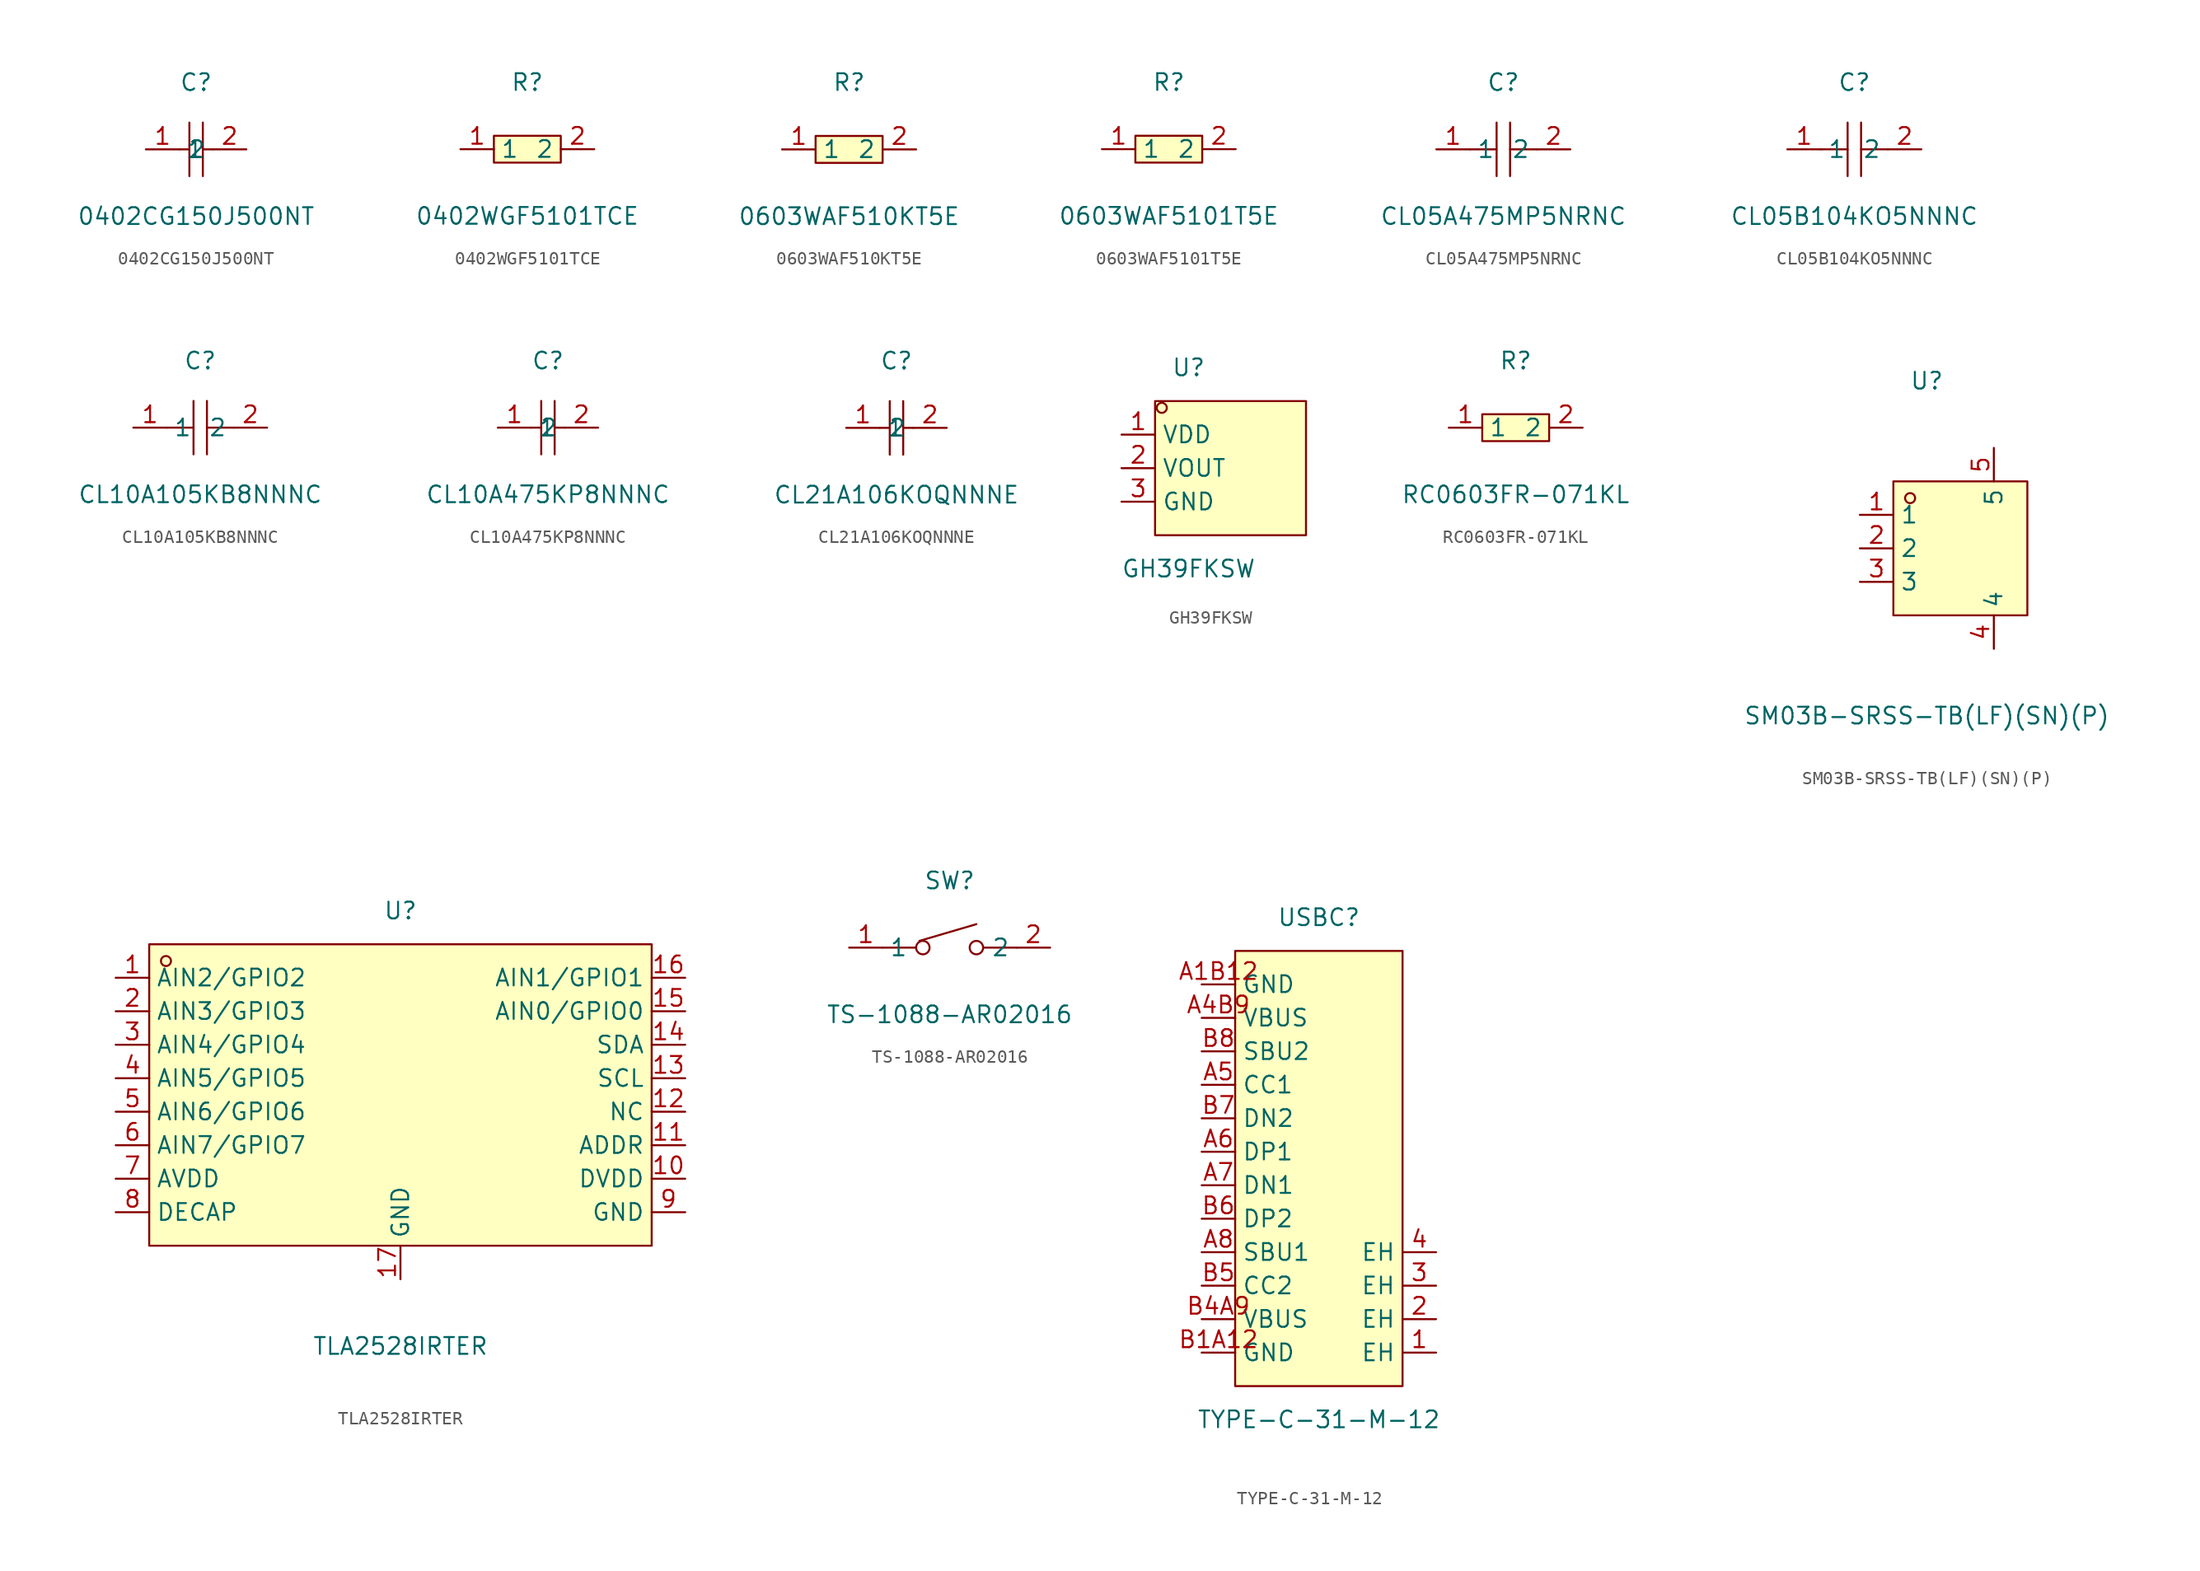
<source format=kicad_sym>
(kicad_symbol_lib
  (version 20241209)
  (generator "kicad_symbol_editor")
  (generator_version "9.0")
  (symbol "0402CG150J500NT"
    (property "Reference" "C"
      (at 0 5.08 0)
      (effects (font (size 1.27 1.27))))
    (property "Value" "0402CG150J500NT"
      (at 0 -5.08 0)
      (effects (font (size 1.27 1.27))))
    (symbol "0402CG150J500NT_0_1"
      (polyline (pts (xy -1.27 0) (xy -0.51 0)) (stroke (width 0) (type default)) (fill (type none)))
      (polyline (pts (xy -0.51 2.03) (xy -0.51 -2.03)) (stroke (width 0) (type default)) (fill (type none)))
      (polyline (pts (xy 0.51 2.03) (xy 0.51 -2.03)) (stroke (width 0) (type default)) (fill (type none)))
      (polyline (pts (xy 0.51 0) (xy 1.27 0)) (stroke (width 0) (type default)) (fill (type none)))
      (pin input line (at -3.81 0 0) (length 2.54) (name "1" (effects (font (size 1.27 1.27)))) (number "1" (effects (font (size 1.27 1.27)))))
      (pin input line (at 3.81 0 180) (length 2.54) (name "2" (effects (font (size 1.27 1.27)))) (number "2" (effects (font (size 1.27 1.27)))))))
  (symbol "0402WGF5101TCE"
    (property "Reference" "R"
      (at 0 5.08 0)
      (effects (font (size 1.27 1.27))))
    (property "Value" "0402WGF5101TCE"
      (at 0 -5.08 0)
      (effects (font (size 1.27 1.27))))
    (symbol "0402WGF5101TCE_0_1"
      (rectangle (start -2.54 1.02) (end 2.54 -1.02) (stroke (width 0) (type default)) (fill (type background)))
      (pin input line (at -5.08 0 0) (length 2.54) (name "1" (effects (font (size 1.27 1.27)))) (number "1" (effects (font (size 1.27 1.27)))))
      (pin input line (at 5.08 0 180) (length 2.54) (name "2" (effects (font (size 1.27 1.27)))) (number "2" (effects (font (size 1.27 1.27)))))))
  (symbol "0603WAF510KT5E"
    (property "Reference" "R"
      (at 0 5.08 0)
      (effects (font (size 1.27 1.27))))
    (property "Value" "0603WAF510KT5E"
      (at 0 -5.08 0)
      (effects (font (size 1.27 1.27))))
    (symbol "0603WAF510KT5E_0_1"
      (rectangle (start -2.54 1.02) (end 2.54 -1.02) (stroke (width 0) (type default)) (fill (type background)))
      (pin input line (at -5.08 0 0) (length 2.54) (name "1" (effects (font (size 1.27 1.27)))) (number "1" (effects (font (size 1.27 1.27)))))
      (pin input line (at 5.08 0 180) (length 2.54) (name "2" (effects (font (size 1.27 1.27)))) (number "2" (effects (font (size 1.27 1.27)))))))
  (symbol "0603WAF5101T5E"
    (property "Reference" "R"
      (at 0 5.08 0)
      (effects (font (size 1.27 1.27))))
    (property "Value" "0603WAF5101T5E"
      (at 0 -5.08 0)
      (effects (font (size 1.27 1.27))))
    (symbol "0603WAF5101T5E_0_1"
      (rectangle (start -2.54 1.02) (end 2.54 -1.02) (stroke (width 0) (type default)) (fill (type background)))
      (pin input line (at -5.08 0 0) (length 2.54) (name "1" (effects (font (size 1.27 1.27)))) (number "1" (effects (font (size 1.27 1.27)))))
      (pin input line (at 5.08 0 180) (length 2.54) (name "2" (effects (font (size 1.27 1.27)))) (number "2" (effects (font (size 1.27 1.27)))))))
  (symbol "CL05A475MP5NRNC"
    (property "Reference" "C"
      (at 0 5.08 0)
      (effects (font (size 1.27 1.27))))
    (property "Value" "CL05A475MP5NRNC"
      (at 0 -5.08 0)
      (effects (font (size 1.27 1.27))))
    (symbol "CL05A475MP5NRNC_0_1"
      (polyline (pts (xy -0.51 0) (xy -2.54 0)) (stroke (width 0) (type default)) (fill (type none)))
      (polyline (pts (xy -0.51 -2.03) (xy -0.51 2.03)) (stroke (width 0) (type default)) (fill (type none)))
      (polyline (pts (xy 0.51 2.03) (xy 0.51 -2.03)) (stroke (width 0) (type default)) (fill (type none)))
      (polyline (pts (xy 2.54 0) (xy 0.51 0)) (stroke (width 0) (type default)) (fill (type none)))
      (pin unspecified line (at -5.08 0 0) (length 2.54) (name "1" (effects (font (size 1.27 1.27)))) (number "1" (effects (font (size 1.27 1.27)))))
      (pin unspecified line (at 5.08 0 180) (length 2.54) (name "2" (effects (font (size 1.27 1.27)))) (number "2" (effects (font (size 1.27 1.27)))))))
  (symbol "CL05B104KO5NNNC"
    (property "Reference" "C"
      (at 0 5.08 0)
      (effects (font (size 1.27 1.27))))
    (property "Value" "CL05B104KO5NNNC"
      (at 0 -5.08 0)
      (effects (font (size 1.27 1.27))))
    (symbol "CL05B104KO5NNNC_0_1"
      (polyline (pts (xy -0.51 0) (xy -2.54 0)) (stroke (width 0) (type default)) (fill (type none)))
      (polyline (pts (xy -0.51 -2.03) (xy -0.51 2.03)) (stroke (width 0) (type default)) (fill (type none)))
      (polyline (pts (xy 0.51 2.03) (xy 0.51 -2.03)) (stroke (width 0) (type default)) (fill (type none)))
      (polyline (pts (xy 2.54 0) (xy 0.51 0)) (stroke (width 0) (type default)) (fill (type none)))
      (pin input line (at -5.08 0 0) (length 2.54) (name "1" (effects (font (size 1.27 1.27)))) (number "1" (effects (font (size 1.27 1.27)))))
      (pin input line (at 5.08 0 180) (length 2.54) (name "2" (effects (font (size 1.27 1.27)))) (number "2" (effects (font (size 1.27 1.27)))))))
  (symbol "CL10A105KB8NNNC"
    (property "Reference" "C"
      (at 0 5.08 0)
      (effects (font (size 1.27 1.27))))
    (property "Value" "CL10A105KB8NNNC"
      (at 0 -5.08 0)
      (effects (font (size 1.27 1.27))))
    (symbol "CL10A105KB8NNNC_0_1"
      (polyline (pts (xy -0.51 0) (xy -2.54 0)) (stroke (width 0) (type default)) (fill (type none)))
      (polyline (pts (xy -0.51 -2.03) (xy -0.51 2.03)) (stroke (width 0) (type default)) (fill (type none)))
      (polyline (pts (xy 0.51 2.03) (xy 0.51 -2.03)) (stroke (width 0) (type default)) (fill (type none)))
      (polyline (pts (xy 2.54 0) (xy 0.51 0)) (stroke (width 0) (type default)) (fill (type none)))
      (pin unspecified line (at -5.08 0 0) (length 2.54) (name "1" (effects (font (size 1.27 1.27)))) (number "1" (effects (font (size 1.27 1.27)))))
      (pin unspecified line (at 5.08 0 180) (length 2.54) (name "2" (effects (font (size 1.27 1.27)))) (number "2" (effects (font (size 1.27 1.27)))))))
  (symbol "CL10A475KP8NNNC"
    (property "Reference" "C"
      (at 0 5.08 0)
      (effects (font (size 1.27 1.27))))
    (property "Value" "CL10A475KP8NNNC"
      (at 0 -5.08 0)
      (effects (font (size 1.27 1.27))))
    (symbol "CL10A475KP8NNNC_0_1"
      (polyline (pts (xy -1.27 0) (xy -0.51 0)) (stroke (width 0) (type default)) (fill (type none)))
      (polyline (pts (xy -0.51 2.03) (xy -0.51 -2.03)) (stroke (width 0) (type default)) (fill (type none)))
      (polyline (pts (xy 0.51 2.03) (xy 0.51 -2.03)) (stroke (width 0) (type default)) (fill (type none)))
      (polyline (pts (xy 0.51 0) (xy 1.27 0)) (stroke (width 0) (type default)) (fill (type none)))
      (pin input line (at -3.81 0 0) (length 2.54) (name "1" (effects (font (size 1.27 1.27)))) (number "1" (effects (font (size 1.27 1.27)))))
      (pin input line (at 3.81 0 180) (length 2.54) (name "2" (effects (font (size 1.27 1.27)))) (number "2" (effects (font (size 1.27 1.27)))))))
  (symbol "CL21A106KOQNNNE"
    (property "Reference" "C"
      (at 0 5.08 0)
      (effects (font (size 1.27 1.27))))
    (property "Value" "CL21A106KOQNNNE"
      (at 0 -5.08 0)
      (effects (font (size 1.27 1.27))))
    (symbol "CL21A106KOQNNNE_0_1"
      (polyline (pts (xy -1.27 0) (xy -0.51 0)) (stroke (width 0) (type default)) (fill (type none)))
      (polyline (pts (xy -0.51 2.03) (xy -0.51 -2.03)) (stroke (width 0) (type default)) (fill (type none)))
      (polyline (pts (xy 0.51 2.03) (xy 0.51 -2.03)) (stroke (width 0) (type default)) (fill (type none)))
      (polyline (pts (xy 0.51 0) (xy 1.27 0)) (stroke (width 0) (type default)) (fill (type none)))
      (pin input line (at -3.81 0 0) (length 2.54) (name "1" (effects (font (size 1.27 1.27)))) (number "1" (effects (font (size 1.27 1.27)))))
      (pin input line (at 3.81 0 180) (length 2.54) (name "2" (effects (font (size 1.27 1.27)))) (number "2" (effects (font (size 1.27 1.27)))))))
  (symbol "GH39FKSW"
    (property "Reference" "U"
      (at 0 7.62 0)
      (effects (font (size 1.27 1.27))))
    (property "Value" "GH39FKSW"
      (at 0 -7.62 0)
      (effects (font (size 1.27 1.27))))
    (symbol "GH39FKSW_0_1"
      (rectangle (start -2.54 5.08) (end 8.89 -5.08) (stroke (width 0) (type default)) (fill (type background)))
      (circle (center -2.03 4.57) (radius 0.38) (stroke (width 0) (type default)) (fill (type none)))
      (pin unspecified line (at -5.08 2.54 0) (length 2.54) (name "VDD" (effects (font (size 1.27 1.27)))) (number "1" (effects (font (size 1.27 1.27)))))
      (pin unspecified line (at -5.08 0 0) (length 2.54) (name "VOUT" (effects (font (size 1.27 1.27)))) (number "2" (effects (font (size 1.27 1.27)))))
      (pin unspecified line (at -5.08 -2.54 0) (length 2.54) (name "GND" (effects (font (size 1.27 1.27)))) (number "3" (effects (font (size 1.27 1.27)))))))
  (symbol "RC0603FR-071KL"
    (property "Reference" "R"
      (at 0 5.08 0)
      (effects (font (size 1.27 1.27))))
    (property "Value" "RC0603FR-071KL"
      (at 0 -5.08 0)
      (effects (font (size 1.27 1.27))))
    (symbol "RC0603FR-071KL_0_1"
      (rectangle (start -2.54 1.02) (end 2.54 -1.02) (stroke (width 0) (type default)) (fill (type background)))
      (pin input line (at -5.08 0 0) (length 2.54) (name "1" (effects (font (size 1.27 1.27)))) (number "1" (effects (font (size 1.27 1.27)))))
      (pin input line (at 5.08 0 180) (length 2.54) (name "2" (effects (font (size 1.27 1.27)))) (number "2" (effects (font (size 1.27 1.27)))))))
  (symbol "SM03B-SRSS-TB(LF)(SN)(P)"
    (property "Reference" "U"
      (at 0 12.7 0)
      (effects (font (size 1.27 1.27))))
    (property "Value" "SM03B-SRSS-TB(LF)(SN)(P)"
      (at 0 -12.7 0)
      (effects (font (size 1.27 1.27))))
    (symbol "SM03B-SRSS-TB(LF)(SN)(P)_0_1"
      (rectangle (start -2.54 5.08) (end 7.62 -5.08) (stroke (width 0) (type default)) (fill (type background)))
      (circle (center -1.27 3.81) (radius 0.38) (stroke (width 0) (type default)) (fill (type none)))
      (pin bidirectional line (at -5.08 2.54 0) (length 2.54) (name "1" (effects (font (size 1.27 1.27)))) (number "1" (effects (font (size 1.27 1.27)))))
      (pin bidirectional line (at -5.08 0 0) (length 2.54) (name "2" (effects (font (size 1.27 1.27)))) (number "2" (effects (font (size 1.27 1.27)))))
      (pin bidirectional line (at -5.08 -2.54 0) (length 2.54) (name "3" (effects (font (size 1.27 1.27)))) (number "3" (effects (font (size 1.27 1.27)))))
      (pin unspecified line (at 5.08 7.62 270) (length 2.54) (name "5" (effects (font (size 1.27 1.27)))) (number "5" (effects (font (size 1.27 1.27)))))
      (pin unspecified line (at 5.08 -7.62 90) (length 2.54) (name "4" (effects (font (size 1.27 1.27)))) (number "4" (effects (font (size 1.27 1.27)))))))
  (symbol "TLA2528IRTER"
    (property "Reference" "U"
      (at 0 15.24 0)
      (effects (font (size 1.27 1.27))))
    (property "Value" "TLA2528IRTER"
      (at 0 -17.78 0)
      (effects (font (size 1.27 1.27))))
    (symbol "TLA2528IRTER_0_1"
      (rectangle (start -19.05 12.7) (end 19.05 -10.16) (stroke (width 0) (type default)) (fill (type background)))
      (circle (center -17.78 11.43) (radius 0.38) (stroke (width 0) (type default)) (fill (type none)))
      (pin unspecified line (at -21.59 10.16 0) (length 2.54) (name "AIN2/GPIO2" (effects (font (size 1.27 1.27)))) (number "1" (effects (font (size 1.27 1.27)))))
      (pin unspecified line (at -21.59 7.62 0) (length 2.54) (name "AIN3/GPIO3" (effects (font (size 1.27 1.27)))) (number "2" (effects (font (size 1.27 1.27)))))
      (pin unspecified line (at -21.59 5.08 0) (length 2.54) (name "AIN4/GPIO4" (effects (font (size 1.27 1.27)))) (number "3" (effects (font (size 1.27 1.27)))))
      (pin unspecified line (at -21.59 2.54 0) (length 2.54) (name "AIN5/GPIO5" (effects (font (size 1.27 1.27)))) (number "4" (effects (font (size 1.27 1.27)))))
      (pin unspecified line (at -21.59 0 0) (length 2.54) (name "AIN6/GPIO6" (effects (font (size 1.27 1.27)))) (number "5" (effects (font (size 1.27 1.27)))))
      (pin unspecified line (at -21.59 -2.54 0) (length 2.54) (name "AIN7/GPIO7" (effects (font (size 1.27 1.27)))) (number "6" (effects (font (size 1.27 1.27)))))
      (pin unspecified line (at -21.59 -5.08 0) (length 2.54) (name "AVDD" (effects (font (size 1.27 1.27)))) (number "7" (effects (font (size 1.27 1.27)))))
      (pin unspecified line (at -21.59 -7.62 0) (length 2.54) (name "DECAP" (effects (font (size 1.27 1.27)))) (number "8" (effects (font (size 1.27 1.27)))))
      (pin unspecified line (at 0 -12.7 90) (length 2.54) (name "GND" (effects (font (size 1.27 1.27)))) (number "17" (effects (font (size 1.27 1.27)))))
      (pin unspecified line (at 21.59 10.16 180) (length 2.54) (name "AIN1/GPIO1" (effects (font (size 1.27 1.27)))) (number "16" (effects (font (size 1.27 1.27)))))
      (pin unspecified line (at 21.59 7.62 180) (length 2.54) (name "AIN0/GPIO0" (effects (font (size 1.27 1.27)))) (number "15" (effects (font (size 1.27 1.27)))))
      (pin unspecified line (at 21.59 5.08 180) (length 2.54) (name "SDA" (effects (font (size 1.27 1.27)))) (number "14" (effects (font (size 1.27 1.27)))))
      (pin unspecified line (at 21.59 2.54 180) (length 2.54) (name "SCL" (effects (font (size 1.27 1.27)))) (number "13" (effects (font (size 1.27 1.27)))))
      (pin unspecified line (at 21.59 0 180) (length 2.54) (name "NC" (effects (font (size 1.27 1.27)))) (number "12" (effects (font (size 1.27 1.27)))))
      (pin unspecified line (at 21.59 -2.54 180) (length 2.54) (name "ADDR" (effects (font (size 1.27 1.27)))) (number "11" (effects (font (size 1.27 1.27)))))
      (pin unspecified line (at 21.59 -5.08 180) (length 2.54) (name "DVDD" (effects (font (size 1.27 1.27)))) (number "10" (effects (font (size 1.27 1.27)))))
      (pin unspecified line (at 21.59 -7.62 180) (length 2.54) (name "GND" (effects (font (size 1.27 1.27)))) (number "9" (effects (font (size 1.27 1.27)))))))
  (symbol "TS-1088-AR02016"
    (property "Reference" "SW"
      (at 0 5.08 0)
      (effects (font (size 1.27 1.27))))
    (property "Value" "TS-1088-AR02016"
      (at 0 -5.08 0)
      (effects (font (size 1.27 1.27))))
    (symbol "TS-1088-AR02016_0_1"
      (polyline (pts (xy -5.08 0) (xy -2.54 0)) (stroke (width 0) (type default)) (fill (type none)))
      (polyline (pts (xy -2.29 0.51) (xy 2.03 1.78)) (stroke (width 0) (type default)) (fill (type none)))
      (circle (center -2.03 0) (radius 0.51) (stroke (width 0) (type default)) (fill (type none)))
      (circle (center 2.03 0) (radius 0.51) (stroke (width 0) (type default)) (fill (type none)))
      (polyline (pts (xy 5.08 0) (xy 2.54 0)) (stroke (width 0) (type default)) (fill (type none)))
      (pin bidirectional line (at -7.62 0 0) (length 2.54) (name "1" (effects (font (size 1.27 1.27)))) (number "1" (effects (font (size 1.27 1.27)))))
      (pin bidirectional line (at 7.62 0 180) (length 2.54) (name "2" (effects (font (size 1.27 1.27)))) (number "2" (effects (font (size 1.27 1.27)))))))
  (symbol "TYPE-C-31-M-12"
    (property "Reference" "USBC"
      (at 0 19.05 0)
      (effects (font (size 1.27 1.27))))
    (property "Value" "TYPE-C-31-M-12"
      (at 0 -19.05 0)
      (effects (font (size 1.27 1.27))))
    (symbol "TYPE-C-31-M-12_0_1"
      (rectangle (start -6.35 16.51) (end 6.35 -16.51) (stroke (width 0) (type default)) (fill (type background)))
      (pin power_in line (at -8.89 13.97 0) (length 2.54) (name "GND" (effects (font (size 1.27 1.27)))) (number "A1B12" (effects (font (size 1.27 1.27)))))
      (pin power_in line (at -8.89 11.43 0) (length 2.54) (name "VBUS" (effects (font (size 1.27 1.27)))) (number "A4B9" (effects (font (size 1.27 1.27)))))
      (pin unspecified line (at -8.89 8.89 0) (length 2.54) (name "SBU2" (effects (font (size 1.27 1.27)))) (number "B8" (effects (font (size 1.27 1.27)))))
      (pin output line (at -8.89 6.35 0) (length 2.54) (name "CC1" (effects (font (size 1.27 1.27)))) (number "A5" (effects (font (size 1.27 1.27)))))
      (pin bidirectional line (at -8.89 3.81 0) (length 2.54) (name "DN2" (effects (font (size 1.27 1.27)))) (number "B7" (effects (font (size 1.27 1.27)))))
      (pin bidirectional line (at -8.89 1.27 0) (length 2.54) (name "DP1" (effects (font (size 1.27 1.27)))) (number "A6" (effects (font (size 1.27 1.27)))))
      (pin bidirectional line (at -8.89 -1.27 0) (length 2.54) (name "DN1" (effects (font (size 1.27 1.27)))) (number "A7" (effects (font (size 1.27 1.27)))))
      (pin bidirectional line (at -8.89 -3.81 0) (length 2.54) (name "DP2" (effects (font (size 1.27 1.27)))) (number "B6" (effects (font (size 1.27 1.27)))))
      (pin unspecified line (at -8.89 -6.35 0) (length 2.54) (name "SBU1" (effects (font (size 1.27 1.27)))) (number "A8" (effects (font (size 1.27 1.27)))))
      (pin output line (at -8.89 -8.89 0) (length 2.54) (name "CC2" (effects (font (size 1.27 1.27)))) (number "B5" (effects (font (size 1.27 1.27)))))
      (pin power_in line (at -8.89 -11.43 0) (length 2.54) (name "VBUS" (effects (font (size 1.27 1.27)))) (number "B4A9" (effects (font (size 1.27 1.27)))))
      (pin power_in line (at -8.89 -13.97 0) (length 2.54) (name "GND" (effects (font (size 1.27 1.27)))) (number "B1A12" (effects (font (size 1.27 1.27)))))
      (pin unspecified line (at 8.89 -6.35 180) (length 2.54) (name "EH" (effects (font (size 1.27 1.27)))) (number "4" (effects (font (size 1.27 1.27)))))
      (pin unspecified line (at 8.89 -8.89 180) (length 2.54) (name "EH" (effects (font (size 1.27 1.27)))) (number "3" (effects (font (size 1.27 1.27)))))
      (pin unspecified line (at 8.89 -11.43 180) (length 2.54) (name "EH" (effects (font (size 1.27 1.27)))) (number "2" (effects (font (size 1.27 1.27)))))
      (pin unspecified line (at 8.89 -13.97 180) (length 2.54) (name "EH" (effects (font (size 1.27 1.27)))) (number "1" (effects (font (size 1.27 1.27))))))))
</source>
